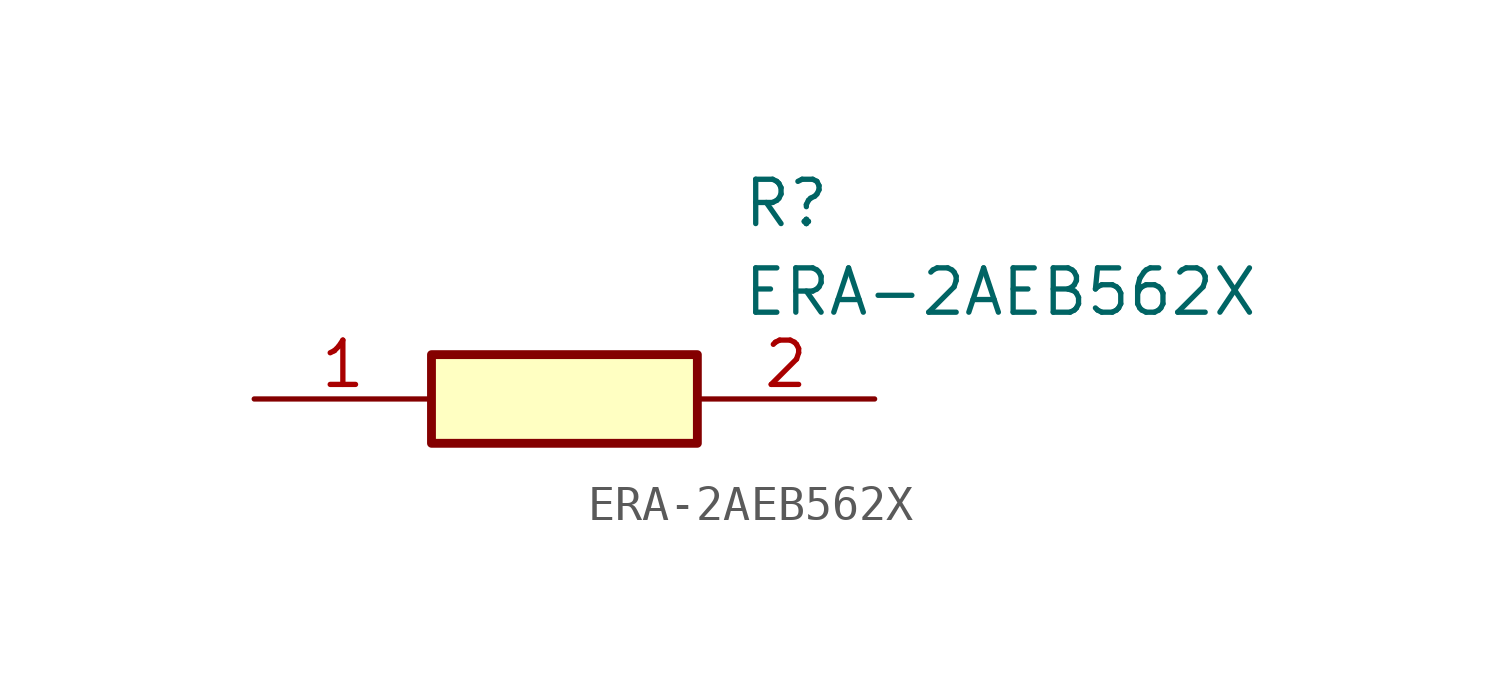
<source format=kicad_sym>
(kicad_symbol_lib
  (version 20211014)
  (generator SamacSys_ECAD_Model)
  (symbol "ERA-2AEB562X"
    (pin_names hide)
    (property "Reference" "R"
      (at 13.97 6.35 0)
      (effects (font (size 1.27 1.27)) (justify left top)))
    (property "Value" "ERA-2AEB562X"
      (at 13.97 3.81 0)
      (effects (font (size 1.27 1.27)) (justify left top)))
    (rectangle
      (start 5.08 1.27)
      (end 12.7 -1.27)
      (stroke (width 0.254) (type default))
      (fill (type background)))
    (pin passive line
      (at 0 0 0)
      (length 5.08)
      (name "1" (effects (font (size 1.27 1.27))))
      (number "1" (effects (font (size 1.27 1.27)))))
    (pin passive line
      (at 17.78 0 180)
      (length 5.08)
      (name "2" (effects (font (size 1.27 1.27))))
      (number "2" (effects (font (size 1.27 1.27)))))))
</source>
